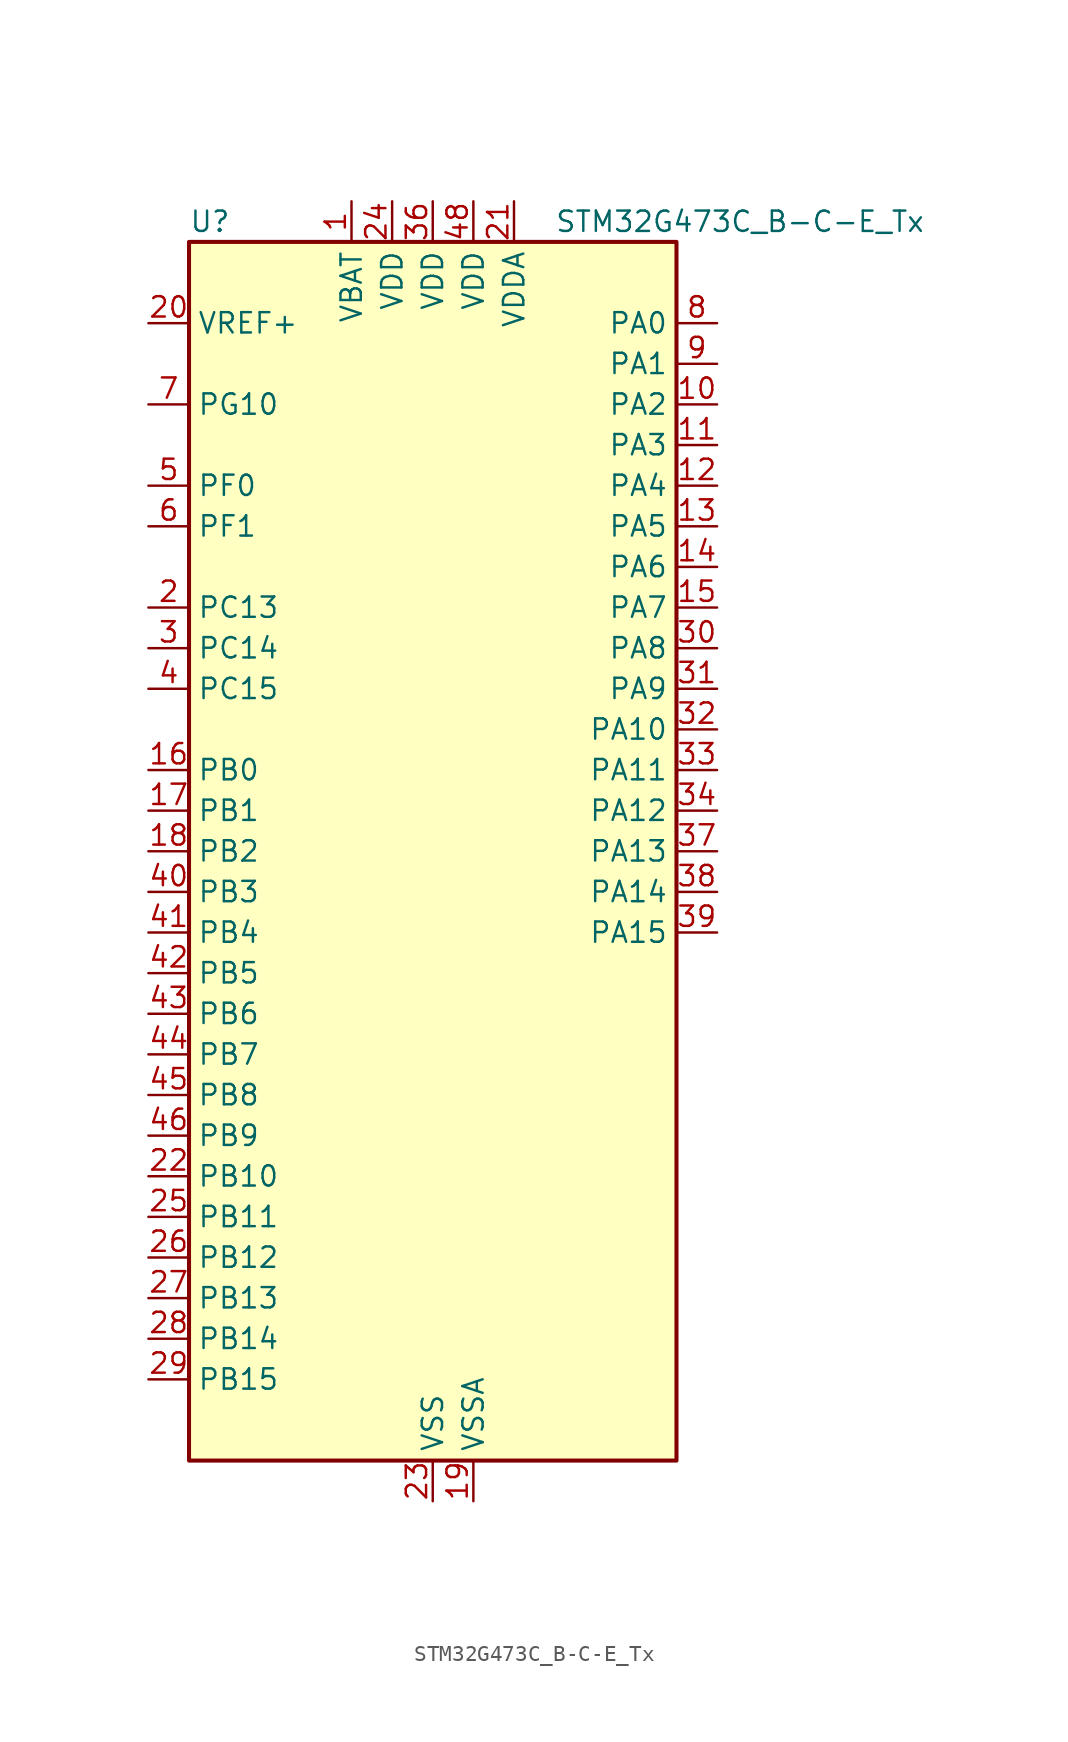
<source format=kicad_sym>
(kicad_symbol_lib
  (version 20241209)
  (generator "kicad_symbol_editor")
  (generator_version "9.0")
  (symbol "STM32G473C_B-C-E_Tx"
    (property "Reference" "U"
      (at -15.24 39.37 0)
      (effects (font (size 1.27 1.27)) (justify left)))
    (property "Value" "STM32G473C_B-C-E_Tx"
      (at 7.62 39.37 0)
      (effects (font (size 1.27 1.27)) (justify left)))
    (symbol "STM32G473C_B-C-E_Tx_0_1"
      (rectangle (start -15.24 -38.1) (end 15.24 38.1) (stroke (width 0.254) (type default)) (fill (type background))))
    (symbol "STM32G473C_B-C-E_Tx_1_1"
      (pin input line (at -17.78 33.02 0) (length 2.54) (name "VREF+" (effects (font (size 1.27 1.27)))) (number "20" (effects (font (size 1.27 1.27)))) (alternate "VREFBUF_OUT" bidirectional line))
      (pin bidirectional line (at -17.78 27.94 0) (length 2.54) (name "PG10" (effects (font (size 1.27 1.27)))) (number "7" (effects (font (size 1.27 1.27)))) (alternate "DAC1_EXTI10" bidirectional line) (alternate "DAC2_EXTI10" bidirectional line) (alternate "DAC3_EXTI10" bidirectional line) (alternate "DAC4_EXTI10" bidirectional line) (alternate "RCC_MCO" bidirectional line))
      (pin bidirectional line (at -17.78 22.86 0) (length 2.54) (name "PF0" (effects (font (size 1.27 1.27)))) (number "5" (effects (font (size 1.27 1.27)))) (alternate "ADC1_IN10" bidirectional line) (alternate "I2C2_SDA" bidirectional line) (alternate "I2S2_WS" bidirectional line) (alternate "RCC_OSC_IN" bidirectional line) (alternate "SPI2_NSS" bidirectional line) (alternate "TIM1_CH3N" bidirectional line))
      (pin bidirectional line (at -17.78 20.32 0) (length 2.54) (name "PF1" (effects (font (size 1.27 1.27)))) (number "6" (effects (font (size 1.27 1.27)))) (alternate "ADC2_IN10" bidirectional line) (alternate "COMP3_INM" bidirectional line) (alternate "I2S2_CK" bidirectional line) (alternate "RCC_OSC_OUT" bidirectional line) (alternate "SPI2_SCK" bidirectional line))
      (pin bidirectional line (at -17.78 15.24 0) (length 2.54) (name "PC13" (effects (font (size 1.27 1.27)))) (number "2" (effects (font (size 1.27 1.27)))) (alternate "RTC_OUT1" bidirectional line) (alternate "RTC_TAMP1" bidirectional line) (alternate "RTC_TS" bidirectional line) (alternate "SYS_WKUP2" bidirectional line) (alternate "TIM1_BKIN" bidirectional line) (alternate "TIM1_CH1N" bidirectional line) (alternate "TIM8_CH4N" bidirectional line))
      (pin bidirectional line (at -17.78 12.7 0) (length 2.54) (name "PC14" (effects (font (size 1.27 1.27)))) (number "3" (effects (font (size 1.27 1.27)))) (alternate "RCC_OSC32_IN" bidirectional line))
      (pin bidirectional line (at -17.78 10.16 0) (length 2.54) (name "PC15" (effects (font (size 1.27 1.27)))) (number "4" (effects (font (size 1.27 1.27)))) (alternate "ADC1_EXTI15" bidirectional line) (alternate "ADC2_EXTI15" bidirectional line) (alternate "RCC_OSC32_OUT" bidirectional line))
      (pin bidirectional line (at -17.78 5.08 0) (length 2.54) (name "PB0" (effects (font (size 1.27 1.27)))) (number "16" (effects (font (size 1.27 1.27)))) (alternate "ADC1_IN15" bidirectional line) (alternate "ADC3_IN12" bidirectional line) (alternate "COMP4_INP" bidirectional line) (alternate "OPAMP2_VINP" bidirectional line) (alternate "OPAMP2_VINP_SEC" bidirectional line) (alternate "OPAMP3_VINP" bidirectional line) (alternate "OPAMP3_VINP_SEC" bidirectional line) (alternate "QUADSPI1_BK1_IO1" bidirectional line) (alternate "TIM1_CH2N" bidirectional line) (alternate "TIM3_CH3" bidirectional line) (alternate "TIM8_CH2N" bidirectional line) (alternate "UCPD1_FRSTX1" bidirectional line) (alternate "UCPD1_FRSTX2" bidirectional line))
      (pin bidirectional line (at -17.78 2.54 0) (length 2.54) (name "PB1" (effects (font (size 1.27 1.27)))) (number "17" (effects (font (size 1.27 1.27)))) (alternate "ADC1_IN12" bidirectional line) (alternate "ADC3_IN1" bidirectional line) (alternate "COMP1_INP" bidirectional line) (alternate "COMP4_OUT" bidirectional line) (alternate "LPUART1_DE" bidirectional line) (alternate "LPUART1_RTS" bidirectional line) (alternate "OPAMP3_VOUT" bidirectional line) (alternate "OPAMP6_VINM" bidirectional line) (alternate "OPAMP6_VINM1" bidirectional line) (alternate "OPAMP6_VINM_SEC" bidirectional line) (alternate "QUADSPI1_BK1_IO0" bidirectional line) (alternate "TIM1_CH3N" bidirectional line) (alternate "TIM3_CH4" bidirectional line) (alternate "TIM8_CH3N" bidirectional line))
      (pin bidirectional line (at -17.78 0 0) (length 2.54) (name "PB2" (effects (font (size 1.27 1.27)))) (number "18" (effects (font (size 1.27 1.27)))) (alternate "ADC2_IN12" bidirectional line) (alternate "ADC3_EXTI2" bidirectional line) (alternate "ADC4_EXTI2" bidirectional line) (alternate "ADC5_EXTI2" bidirectional line) (alternate "COMP4_INM" bidirectional line) (alternate "I2C3_SMBA" bidirectional line) (alternate "LPTIM1_OUT" bidirectional line) (alternate "OPAMP3_VINM" bidirectional line) (alternate "OPAMP3_VINM0" bidirectional line) (alternate "OPAMP3_VINM_SEC" bidirectional line) (alternate "QUADSPI1_BK2_IO1" bidirectional line) (alternate "RTC_OUT2" bidirectional line) (alternate "TIM20_CH1" bidirectional line) (alternate "TIM5_CH1" bidirectional line))
      (pin bidirectional line (at -17.78 -2.54 0) (length 2.54) (name "PB3" (effects (font (size 1.27 1.27)))) (number "40" (effects (font (size 1.27 1.27)))) (alternate "ADC3_EXTI3" bidirectional line) (alternate "ADC4_EXTI3" bidirectional line) (alternate "ADC5_EXTI3" bidirectional line) (alternate "CRS_SYNC" bidirectional line) (alternate "FDCAN3_RX" bidirectional line) (alternate "I2S3_CK" bidirectional line) (alternate "SAI1_SCK_B" bidirectional line) (alternate "SPI1_SCK" bidirectional line) (alternate "SPI3_SCK" bidirectional line) (alternate "SYS_JTDO-SWO" bidirectional line) (alternate "TIM2_CH2" bidirectional line) (alternate "TIM3_ETR" bidirectional line) (alternate "TIM4_ETR" bidirectional line) (alternate "TIM8_CH1N" bidirectional line) (alternate "USART2_TX" bidirectional line))
      (pin bidirectional line (at -17.78 -5.08 0) (length 2.54) (name "PB4" (effects (font (size 1.27 1.27)))) (number "41" (effects (font (size 1.27 1.27)))) (alternate "FDCAN3_TX" bidirectional line) (alternate "SAI1_MCLK_B" bidirectional line) (alternate "SPI1_MISO" bidirectional line) (alternate "SPI3_MISO" bidirectional line) (alternate "SYS_JTRST" bidirectional line) (alternate "TIM16_CH1" bidirectional line) (alternate "TIM17_BKIN" bidirectional line) (alternate "TIM3_CH1" bidirectional line) (alternate "TIM8_CH2N" bidirectional line) (alternate "UCPD1_CC2" bidirectional line) (alternate "USART2_RX" bidirectional line))
      (pin bidirectional line (at -17.78 -7.62 0) (length 2.54) (name "PB5" (effects (font (size 1.27 1.27)))) (number "42" (effects (font (size 1.27 1.27)))) (alternate "FDCAN2_RX" bidirectional line) (alternate "I2C1_SMBA" bidirectional line) (alternate "I2C3_SDA" bidirectional line) (alternate "I2S3_SD" bidirectional line) (alternate "LPTIM1_IN1" bidirectional line) (alternate "SAI1_SD_B" bidirectional line) (alternate "SPI1_MOSI" bidirectional line) (alternate "SPI3_MOSI" bidirectional line) (alternate "TIM16_BKIN" bidirectional line) (alternate "TIM17_CH1" bidirectional line) (alternate "TIM3_CH2" bidirectional line) (alternate "TIM8_CH3N" bidirectional line) (alternate "USART2_CK" bidirectional line))
      (pin bidirectional line (at -17.78 -10.16 0) (length 2.54) (name "PB6" (effects (font (size 1.27 1.27)))) (number "43" (effects (font (size 1.27 1.27)))) (alternate "COMP4_OUT" bidirectional line) (alternate "FDCAN2_TX" bidirectional line) (alternate "LPTIM1_ETR" bidirectional line) (alternate "SAI1_FS_B" bidirectional line) (alternate "TIM16_CH1N" bidirectional line) (alternate "TIM4_CH1" bidirectional line) (alternate "TIM8_BKIN2" bidirectional line) (alternate "TIM8_CH1" bidirectional line) (alternate "TIM8_ETR" bidirectional line) (alternate "UCPD1_CC1" bidirectional line) (alternate "USART1_TX" bidirectional line))
      (pin bidirectional line (at -17.78 -12.7 0) (length 2.54) (name "PB7" (effects (font (size 1.27 1.27)))) (number "44" (effects (font (size 1.27 1.27)))) (alternate "COMP3_OUT" bidirectional line) (alternate "I2C1_SDA" bidirectional line) (alternate "I2C4_SDA" bidirectional line) (alternate "LPTIM1_IN2" bidirectional line) (alternate "SYS_PVD_IN" bidirectional line) (alternate "TIM17_CH1N" bidirectional line) (alternate "TIM3_CH4" bidirectional line) (alternate "TIM4_CH2" bidirectional line) (alternate "TIM8_BKIN" bidirectional line) (alternate "USART1_RX" bidirectional line))
      (pin bidirectional line (at -17.78 -15.24 0) (length 2.54) (name "PB8" (effects (font (size 1.27 1.27)))) (number "45" (effects (font (size 1.27 1.27)))) (alternate "COMP1_OUT" bidirectional line) (alternate "FDCAN1_RX" bidirectional line) (alternate "I2C1_SCL" bidirectional line) (alternate "SAI1_CK1" bidirectional line) (alternate "SAI1_MCLK_A" bidirectional line) (alternate "TIM16_CH1" bidirectional line) (alternate "TIM1_BKIN" bidirectional line) (alternate "TIM4_CH3" bidirectional line) (alternate "TIM8_CH2" bidirectional line) (alternate "USART3_RX" bidirectional line))
      (pin bidirectional line (at -17.78 -17.78 0) (length 2.54) (name "PB9" (effects (font (size 1.27 1.27)))) (number "46" (effects (font (size 1.27 1.27)))) (alternate "COMP2_OUT" bidirectional line) (alternate "DAC1_EXTI9" bidirectional line) (alternate "DAC2_EXTI9" bidirectional line) (alternate "DAC3_EXTI9" bidirectional line) (alternate "DAC4_EXTI9" bidirectional line) (alternate "FDCAN1_TX" bidirectional line) (alternate "I2C1_SDA" bidirectional line) (alternate "IR_OUT" bidirectional line) (alternate "SAI1_D2" bidirectional line) (alternate "SAI1_FS_A" bidirectional line) (alternate "TIM17_CH1" bidirectional line) (alternate "TIM1_CH3N" bidirectional line) (alternate "TIM4_CH4" bidirectional line) (alternate "TIM8_CH3" bidirectional line) (alternate "USART3_TX" bidirectional line))
      (pin bidirectional line (at -17.78 -20.32 0) (length 2.54) (name "PB10" (effects (font (size 1.27 1.27)))) (number "22" (effects (font (size 1.27 1.27)))) (alternate "COMP5_INM" bidirectional line) (alternate "DAC1_EXTI10" bidirectional line) (alternate "DAC2_EXTI10" bidirectional line) (alternate "DAC3_EXTI10" bidirectional line) (alternate "DAC4_EXTI10" bidirectional line) (alternate "LPUART1_RX" bidirectional line) (alternate "OPAMP3_VINM" bidirectional line) (alternate "OPAMP3_VINM1" bidirectional line) (alternate "OPAMP3_VINM_SEC" bidirectional line) (alternate "OPAMP4_VINM" bidirectional line) (alternate "OPAMP4_VINM0" bidirectional line) (alternate "OPAMP4_VINM_SEC" bidirectional line) (alternate "QUADSPI1_CLK" bidirectional line) (alternate "SAI1_SCK_A" bidirectional line) (alternate "TIM1_BKIN" bidirectional line) (alternate "TIM2_CH3" bidirectional line) (alternate "USART3_TX" bidirectional line))
      (pin bidirectional line (at -17.78 -22.86 0) (length 2.54) (name "PB11" (effects (font (size 1.27 1.27)))) (number "25" (effects (font (size 1.27 1.27)))) (alternate "ADC1_EXTI11" bidirectional line) (alternate "ADC1_IN14" bidirectional line) (alternate "ADC2_EXTI11" bidirectional line) (alternate "ADC2_IN14" bidirectional line) (alternate "COMP6_INP" bidirectional line) (alternate "LPUART1_TX" bidirectional line) (alternate "OPAMP4_VINP" bidirectional line) (alternate "OPAMP4_VINP_SEC" bidirectional line) (alternate "OPAMP6_VOUT" bidirectional line) (alternate "QUADSPI1_BK1_NCS" bidirectional line) (alternate "TIM2_CH4" bidirectional line) (alternate "USART3_RX" bidirectional line))
      (pin bidirectional line (at -17.78 -25.4 0) (length 2.54) (name "PB12" (effects (font (size 1.27 1.27)))) (number "26" (effects (font (size 1.27 1.27)))) (alternate "ADC1_IN11" bidirectional line) (alternate "ADC4_IN3" bidirectional line) (alternate "COMP7_INM" bidirectional line) (alternate "FDCAN2_RX" bidirectional line) (alternate "I2C2_SMBA" bidirectional line) (alternate "I2S2_WS" bidirectional line) (alternate "LPUART1_DE" bidirectional line) (alternate "LPUART1_RTS" bidirectional line) (alternate "OPAMP4_VOUT" bidirectional line) (alternate "OPAMP6_VINP" bidirectional line) (alternate "OPAMP6_VINP_SEC" bidirectional line) (alternate "SPI2_NSS" bidirectional line) (alternate "TIM1_BKIN" bidirectional line) (alternate "TIM5_ETR" bidirectional line) (alternate "USART3_CK" bidirectional line))
      (pin bidirectional line (at -17.78 -27.94 0) (length 2.54) (name "PB13" (effects (font (size 1.27 1.27)))) (number "27" (effects (font (size 1.27 1.27)))) (alternate "ADC3_IN5" bidirectional line) (alternate "COMP5_INP" bidirectional line) (alternate "FDCAN2_TX" bidirectional line) (alternate "I2S2_CK" bidirectional line) (alternate "LPUART1_CTS" bidirectional line) (alternate "OPAMP3_VINP" bidirectional line) (alternate "OPAMP3_VINP_SEC" bidirectional line) (alternate "OPAMP4_VINP" bidirectional line) (alternate "OPAMP4_VINP_SEC" bidirectional line) (alternate "OPAMP6_VINP" bidirectional line) (alternate "OPAMP6_VINP_SEC" bidirectional line) (alternate "SPI2_SCK" bidirectional line) (alternate "TIM1_CH1N" bidirectional line) (alternate "USART3_CTS" bidirectional line) (alternate "USART3_NSS" bidirectional line))
      (pin bidirectional line (at -17.78 -30.48 0) (length 2.54) (name "PB14" (effects (font (size 1.27 1.27)))) (number "28" (effects (font (size 1.27 1.27)))) (alternate "ADC1_IN5" bidirectional line) (alternate "ADC4_IN4" bidirectional line) (alternate "COMP4_OUT" bidirectional line) (alternate "COMP7_INP" bidirectional line) (alternate "OPAMP2_VINP" bidirectional line) (alternate "OPAMP2_VINP_SEC" bidirectional line) (alternate "OPAMP5_VINP" bidirectional line) (alternate "OPAMP5_VINP_SEC" bidirectional line) (alternate "SPI2_MISO" bidirectional line) (alternate "TIM15_CH1" bidirectional line) (alternate "TIM1_CH2N" bidirectional line) (alternate "USART3_DE" bidirectional line) (alternate "USART3_RTS" bidirectional line))
      (pin bidirectional line (at -17.78 -33.02 0) (length 2.54) (name "PB15" (effects (font (size 1.27 1.27)))) (number "29" (effects (font (size 1.27 1.27)))) (alternate "ADC1_EXTI15" bidirectional line) (alternate "ADC2_EXTI15" bidirectional line) (alternate "ADC2_IN15" bidirectional line) (alternate "ADC4_IN5" bidirectional line) (alternate "COMP3_OUT" bidirectional line) (alternate "COMP6_INM" bidirectional line) (alternate "I2S2_SD" bidirectional line) (alternate "OPAMP5_VINM" bidirectional line) (alternate "OPAMP5_VINM0" bidirectional line) (alternate "OPAMP5_VINM_SEC" bidirectional line) (alternate "RTC_REFIN" bidirectional line) (alternate "SPI2_MOSI" bidirectional line) (alternate "TIM15_CH1N" bidirectional line) (alternate "TIM15_CH2" bidirectional line) (alternate "TIM1_CH3N" bidirectional line))
      (pin power_in line (at -5.08 40.64 270) (length 2.54) (name "VBAT" (effects (font (size 1.27 1.27)))) (number "1" (effects (font (size 1.27 1.27)))))
      (pin power_in line (at -2.54 40.64 270) (length 2.54) (name "VDD" (effects (font (size 1.27 1.27)))) (number "24" (effects (font (size 1.27 1.27)))))
      (pin power_in line (at 0 40.64 270) (length 2.54) (name "VDD" (effects (font (size 1.27 1.27)))) (number "36" (effects (font (size 1.27 1.27)))))
      (pin power_in line (at 0 -40.64 90) (length 2.54) (name "VSS" (effects (font (size 1.27 1.27)))) (number "23" (effects (font (size 1.27 1.27)))))
      (pin passive line (at 0 -40.64 90) (length 2.54) (hide yes) (name "VSS" (effects (font (size 1.27 1.27)))) (number "35" (effects (font (size 1.27 1.27)))))
      (pin passive line (at 0 -40.64 90) (length 2.54) (hide yes) (name "VSS" (effects (font (size 1.27 1.27)))) (number "47" (effects (font (size 1.27 1.27)))))
      (pin power_in line (at 2.54 40.64 270) (length 2.54) (name "VDD" (effects (font (size 1.27 1.27)))) (number "48" (effects (font (size 1.27 1.27)))))
      (pin power_in line (at 2.54 -40.64 90) (length 2.54) (name "VSSA" (effects (font (size 1.27 1.27)))) (number "19" (effects (font (size 1.27 1.27)))))
      (pin power_in line (at 5.08 40.64 270) (length 2.54) (name "VDDA" (effects (font (size 1.27 1.27)))) (number "21" (effects (font (size 1.27 1.27)))))
      (pin bidirectional line (at 17.78 33.02 180) (length 2.54) (name "PA0" (effects (font (size 1.27 1.27)))) (number "8" (effects (font (size 1.27 1.27)))) (alternate "ADC1_IN1" bidirectional line) (alternate "ADC2_IN1" bidirectional line) (alternate "COMP1_INM" bidirectional line) (alternate "COMP1_OUT" bidirectional line) (alternate "COMP3_INP" bidirectional line) (alternate "RTC_TAMP2" bidirectional line) (alternate "SYS_WKUP1" bidirectional line) (alternate "TIM2_CH1" bidirectional line) (alternate "TIM2_ETR" bidirectional line) (alternate "TIM5_CH1" bidirectional line) (alternate "TIM8_BKIN" bidirectional line) (alternate "TIM8_ETR" bidirectional line) (alternate "USART2_CTS" bidirectional line) (alternate "USART2_NSS" bidirectional line))
      (pin bidirectional line (at 17.78 30.48 180) (length 2.54) (name "PA1" (effects (font (size 1.27 1.27)))) (number "9" (effects (font (size 1.27 1.27)))) (alternate "ADC1_IN2" bidirectional line) (alternate "ADC2_IN2" bidirectional line) (alternate "COMP1_INP" bidirectional line) (alternate "OPAMP1_VINP" bidirectional line) (alternate "OPAMP1_VINP_SEC" bidirectional line) (alternate "OPAMP3_VINP" bidirectional line) (alternate "OPAMP3_VINP_SEC" bidirectional line) (alternate "OPAMP6_VINM" bidirectional line) (alternate "OPAMP6_VINM0" bidirectional line) (alternate "OPAMP6_VINM_SEC" bidirectional line) (alternate "RTC_REFIN" bidirectional line) (alternate "TIM15_CH1N" bidirectional line) (alternate "TIM2_CH2" bidirectional line) (alternate "TIM5_CH2" bidirectional line) (alternate "USART2_DE" bidirectional line) (alternate "USART2_RTS" bidirectional line))
      (pin bidirectional line (at 17.78 27.94 180) (length 2.54) (name "PA2" (effects (font (size 1.27 1.27)))) (number "10" (effects (font (size 1.27 1.27)))) (alternate "ADC1_IN3" bidirectional line) (alternate "ADC3_EXTI2" bidirectional line) (alternate "ADC4_EXTI2" bidirectional line) (alternate "ADC5_EXTI2" bidirectional line) (alternate "COMP2_INM" bidirectional line) (alternate "COMP2_OUT" bidirectional line) (alternate "LPUART1_TX" bidirectional line) (alternate "OPAMP1_VOUT" bidirectional line) (alternate "QUADSPI1_BK1_NCS" bidirectional line) (alternate "RCC_LSCO" bidirectional line) (alternate "SYS_WKUP4" bidirectional line) (alternate "TIM15_CH1" bidirectional line) (alternate "TIM2_CH3" bidirectional line) (alternate "TIM5_CH3" bidirectional line) (alternate "UCPD1_FRSTX1" bidirectional line) (alternate "UCPD1_FRSTX2" bidirectional line) (alternate "USART2_TX" bidirectional line))
      (pin bidirectional line (at 17.78 25.4 180) (length 2.54) (name "PA3" (effects (font (size 1.27 1.27)))) (number "11" (effects (font (size 1.27 1.27)))) (alternate "ADC1_IN4" bidirectional line) (alternate "ADC3_EXTI3" bidirectional line) (alternate "ADC4_EXTI3" bidirectional line) (alternate "ADC5_EXTI3" bidirectional line) (alternate "COMP2_INP" bidirectional line) (alternate "LPUART1_RX" bidirectional line) (alternate "OPAMP1_VINM" bidirectional line) (alternate "OPAMP1_VINM0" bidirectional line) (alternate "OPAMP1_VINM_SEC" bidirectional line) (alternate "OPAMP1_VINP" bidirectional line) (alternate "OPAMP1_VINP_SEC" bidirectional line) (alternate "OPAMP5_VINM" bidirectional line) (alternate "OPAMP5_VINM1" bidirectional line) (alternate "OPAMP5_VINM_SEC" bidirectional line) (alternate "QUADSPI1_CLK" bidirectional line) (alternate "SAI1_CK1" bidirectional line) (alternate "SAI1_MCLK_A" bidirectional line) (alternate "TIM15_CH2" bidirectional line) (alternate "TIM2_CH4" bidirectional line) (alternate "TIM5_CH4" bidirectional line) (alternate "USART2_RX" bidirectional line))
      (pin bidirectional line (at 17.78 22.86 180) (length 2.54) (name "PA4" (effects (font (size 1.27 1.27)))) (number "12" (effects (font (size 1.27 1.27)))) (alternate "ADC2_IN17" bidirectional line) (alternate "COMP1_INM" bidirectional line) (alternate "DAC1_OUT1" bidirectional line) (alternate "I2S3_WS" bidirectional line) (alternate "SAI1_FS_B" bidirectional line) (alternate "SPI1_NSS" bidirectional line) (alternate "SPI3_NSS" bidirectional line) (alternate "TIM3_CH2" bidirectional line) (alternate "USART2_CK" bidirectional line))
      (pin bidirectional line (at 17.78 20.32 180) (length 2.54) (name "PA5" (effects (font (size 1.27 1.27)))) (number "13" (effects (font (size 1.27 1.27)))) (alternate "ADC2_IN13" bidirectional line) (alternate "COMP2_INM" bidirectional line) (alternate "DAC1_OUT2" bidirectional line) (alternate "OPAMP2_VINM" bidirectional line) (alternate "OPAMP2_VINM0" bidirectional line) (alternate "OPAMP2_VINM_SEC" bidirectional line) (alternate "SPI1_SCK" bidirectional line) (alternate "TIM2_CH1" bidirectional line) (alternate "TIM2_ETR" bidirectional line) (alternate "UCPD1_FRSTX1" bidirectional line) (alternate "UCPD1_FRSTX2" bidirectional line))
      (pin bidirectional line (at 17.78 17.78 180) (length 2.54) (name "PA6" (effects (font (size 1.27 1.27)))) (number "14" (effects (font (size 1.27 1.27)))) (alternate "ADC2_IN3" bidirectional line) (alternate "COMP1_OUT" bidirectional line) (alternate "DAC2_OUT1" bidirectional line) (alternate "LPUART1_CTS" bidirectional line) (alternate "OPAMP2_VOUT" bidirectional line) (alternate "QUADSPI1_BK1_IO3" bidirectional line) (alternate "SPI1_MISO" bidirectional line) (alternate "TIM16_CH1" bidirectional line) (alternate "TIM1_BKIN" bidirectional line) (alternate "TIM3_CH1" bidirectional line) (alternate "TIM8_BKIN" bidirectional line))
      (pin bidirectional line (at 17.78 15.24 180) (length 2.54) (name "PA7" (effects (font (size 1.27 1.27)))) (number "15" (effects (font (size 1.27 1.27)))) (alternate "ADC2_IN4" bidirectional line) (alternate "COMP2_INP" bidirectional line) (alternate "COMP2_OUT" bidirectional line) (alternate "OPAMP1_VINP" bidirectional line) (alternate "OPAMP1_VINP_SEC" bidirectional line) (alternate "OPAMP2_VINP" bidirectional line) (alternate "OPAMP2_VINP_SEC" bidirectional line) (alternate "QUADSPI1_BK1_IO2" bidirectional line) (alternate "SPI1_MOSI" bidirectional line) (alternate "TIM17_CH1" bidirectional line) (alternate "TIM1_CH1N" bidirectional line) (alternate "TIM3_CH2" bidirectional line) (alternate "TIM8_CH1N" bidirectional line) (alternate "UCPD1_FRSTX1" bidirectional line) (alternate "UCPD1_FRSTX2" bidirectional line))
      (pin bidirectional line (at 17.78 12.7 180) (length 2.54) (name "PA8" (effects (font (size 1.27 1.27)))) (number "30" (effects (font (size 1.27 1.27)))) (alternate "ADC5_IN1" bidirectional line) (alternate "COMP7_OUT" bidirectional line) (alternate "FDCAN3_RX" bidirectional line) (alternate "I2C2_SDA" bidirectional line) (alternate "I2C3_SCL" bidirectional line) (alternate "I2S2_MCK" bidirectional line) (alternate "OPAMP5_VOUT" bidirectional line) (alternate "RCC_MCO" bidirectional line) (alternate "SAI1_CK2" bidirectional line) (alternate "SAI1_SCK_A" bidirectional line) (alternate "TIM1_CH1" bidirectional line) (alternate "TIM4_ETR" bidirectional line) (alternate "USART1_CK" bidirectional line))
      (pin bidirectional line (at 17.78 10.16 180) (length 2.54) (name "PA9" (effects (font (size 1.27 1.27)))) (number "31" (effects (font (size 1.27 1.27)))) (alternate "ADC5_IN2" bidirectional line) (alternate "COMP5_OUT" bidirectional line) (alternate "DAC1_EXTI9" bidirectional line) (alternate "DAC2_EXTI9" bidirectional line) (alternate "DAC3_EXTI9" bidirectional line) (alternate "DAC4_EXTI9" bidirectional line) (alternate "I2C2_SCL" bidirectional line) (alternate "I2C3_SMBA" bidirectional line) (alternate "I2S3_MCK" bidirectional line) (alternate "SAI1_FS_A" bidirectional line) (alternate "TIM15_BKIN" bidirectional line) (alternate "TIM1_CH2" bidirectional line) (alternate "TIM2_CH3" bidirectional line) (alternate "UCPD1_DBCC1" bidirectional line) (alternate "USART1_TX" bidirectional line))
      (pin bidirectional line (at 17.78 7.62 180) (length 2.54) (name "PA10" (effects (font (size 1.27 1.27)))) (number "32" (effects (font (size 1.27 1.27)))) (alternate "COMP6_OUT" bidirectional line) (alternate "CRS_SYNC" bidirectional line) (alternate "DAC1_EXTI10" bidirectional line) (alternate "DAC2_EXTI10" bidirectional line) (alternate "DAC3_EXTI10" bidirectional line) (alternate "DAC4_EXTI10" bidirectional line) (alternate "I2C2_SMBA" bidirectional line) (alternate "SAI1_D1" bidirectional line) (alternate "SAI1_SD_A" bidirectional line) (alternate "SPI2_MISO" bidirectional line) (alternate "TIM17_BKIN" bidirectional line) (alternate "TIM1_CH3" bidirectional line) (alternate "TIM2_CH4" bidirectional line) (alternate "TIM8_BKIN" bidirectional line) (alternate "UCPD1_DBCC2" bidirectional line) (alternate "USART1_RX" bidirectional line))
      (pin bidirectional line (at 17.78 5.08 180) (length 2.54) (name "PA11" (effects (font (size 1.27 1.27)))) (number "33" (effects (font (size 1.27 1.27)))) (alternate "ADC1_EXTI11" bidirectional line) (alternate "ADC2_EXTI11" bidirectional line) (alternate "COMP1_OUT" bidirectional line) (alternate "FDCAN1_RX" bidirectional line) (alternate "I2S2_SD" bidirectional line) (alternate "SPI2_MOSI" bidirectional line) (alternate "TIM1_BKIN2" bidirectional line) (alternate "TIM1_CH1N" bidirectional line) (alternate "TIM1_CH4" bidirectional line) (alternate "TIM4_CH1" bidirectional line) (alternate "USART1_CTS" bidirectional line) (alternate "USART1_NSS" bidirectional line) (alternate "USB_DM" bidirectional line))
      (pin bidirectional line (at 17.78 2.54 180) (length 2.54) (name "PA12" (effects (font (size 1.27 1.27)))) (number "34" (effects (font (size 1.27 1.27)))) (alternate "COMP2_OUT" bidirectional line) (alternate "FDCAN1_TX" bidirectional line) (alternate "I2S_CKIN" bidirectional line) (alternate "TIM16_CH1" bidirectional line) (alternate "TIM1_CH2N" bidirectional line) (alternate "TIM1_ETR" bidirectional line) (alternate "TIM4_CH2" bidirectional line) (alternate "USART1_DE" bidirectional line) (alternate "USART1_RTS" bidirectional line) (alternate "USB_DP" bidirectional line))
      (pin bidirectional line (at 17.78 0 180) (length 2.54) (name "PA13" (effects (font (size 1.27 1.27)))) (number "37" (effects (font (size 1.27 1.27)))) (alternate "I2C1_SCL" bidirectional line) (alternate "I2C4_SCL" bidirectional line) (alternate "IR_OUT" bidirectional line) (alternate "SAI1_SD_B" bidirectional line) (alternate "SYS_JTMS-SWDIO" bidirectional line) (alternate "TIM16_CH1N" bidirectional line) (alternate "TIM4_CH3" bidirectional line) (alternate "USART3_CTS" bidirectional line) (alternate "USART3_NSS" bidirectional line))
      (pin bidirectional line (at 17.78 -2.54 180) (length 2.54) (name "PA14" (effects (font (size 1.27 1.27)))) (number "38" (effects (font (size 1.27 1.27)))) (alternate "I2C1_SDA" bidirectional line) (alternate "I2C4_SMBA" bidirectional line) (alternate "LPTIM1_OUT" bidirectional line) (alternate "SAI1_FS_B" bidirectional line) (alternate "SYS_JTCK-SWCLK" bidirectional line) (alternate "TIM1_BKIN" bidirectional line) (alternate "TIM8_CH2" bidirectional line) (alternate "USART2_TX" bidirectional line))
      (pin bidirectional line (at 17.78 -5.08 180) (length 2.54) (name "PA15" (effects (font (size 1.27 1.27)))) (number "39" (effects (font (size 1.27 1.27)))) (alternate "ADC1_EXTI15" bidirectional line) (alternate "ADC2_EXTI15" bidirectional line) (alternate "FDCAN3_TX" bidirectional line) (alternate "I2C1_SCL" bidirectional line) (alternate "I2S3_WS" bidirectional line) (alternate "SPI1_NSS" bidirectional line) (alternate "SPI3_NSS" bidirectional line) (alternate "SYS_JTDI" bidirectional line) (alternate "TIM1_BKIN" bidirectional line) (alternate "TIM2_CH1" bidirectional line) (alternate "TIM2_ETR" bidirectional line) (alternate "TIM8_CH1" bidirectional line) (alternate "USART2_RX" bidirectional line)))))
</source>
